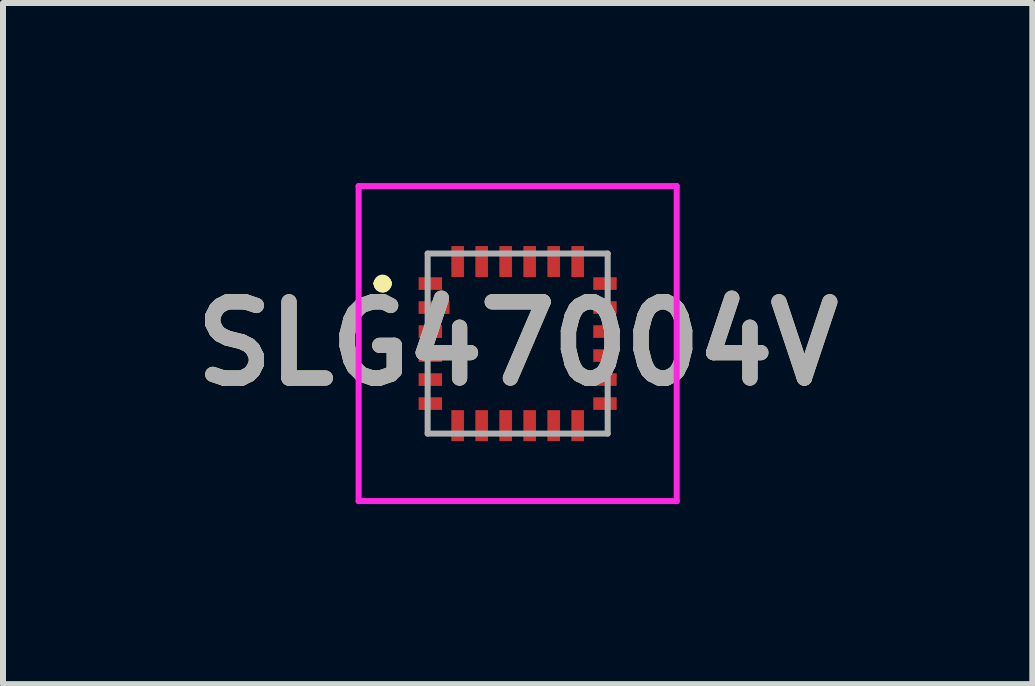
<source format=kicad_pcb>
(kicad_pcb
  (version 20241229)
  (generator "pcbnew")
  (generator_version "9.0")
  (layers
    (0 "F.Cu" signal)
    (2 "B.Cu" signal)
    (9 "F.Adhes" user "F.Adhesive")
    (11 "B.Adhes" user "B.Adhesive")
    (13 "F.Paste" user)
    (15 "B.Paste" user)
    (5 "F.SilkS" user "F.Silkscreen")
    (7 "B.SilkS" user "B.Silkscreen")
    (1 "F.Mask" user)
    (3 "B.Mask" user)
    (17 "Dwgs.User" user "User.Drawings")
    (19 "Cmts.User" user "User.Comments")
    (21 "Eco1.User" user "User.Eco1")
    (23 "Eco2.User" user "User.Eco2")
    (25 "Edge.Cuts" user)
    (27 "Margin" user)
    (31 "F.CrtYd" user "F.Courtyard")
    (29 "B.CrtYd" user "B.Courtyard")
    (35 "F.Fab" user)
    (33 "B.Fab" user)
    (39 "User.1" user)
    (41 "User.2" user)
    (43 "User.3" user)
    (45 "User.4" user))
  (footprint "SLG47004V"
    (layer "F.Cu")
    (at 5.576 2.675)
    (property "Reference" "SLG47004V" (at 0 0 0) (layer "F.SilkS") (effects (font (size 1.27 1.27) (thickness 0.254))))
    (attr smd)
    (fp_line (start -2.3 -1) (end -2.3 -1) (stroke (width 0.2) (type solid)) (layer "F.SilkS"))
    (fp_line (start -2.3 -1) (end -2.3 -1) (stroke (width 0.2) (type solid)) (layer "F.SilkS"))
    (fp_line (start -2.2 -1) (end -2.2 -1) (stroke (width 0.2) (type solid)) (layer "F.SilkS"))
    (fp_arc (start -2.3 -1) (mid -2.25 -1.05) (end -2.2 -1) (stroke (width 0.2) (type solid)) (layer "F.SilkS"))
    (fp_arc (start -2.2 -1) (mid -2.25 -0.95) (end -2.3 -1) (stroke (width 0.2) (type solid)) (layer "F.SilkS"))
    (fp_arc (start -2.2 -1) (mid -2.25 -0.95) (end -2.3 -1) (stroke (width 0.2) (type solid)) (layer "F.SilkS"))
    (fp_line (start -2.65 -2.625) (end 2.65 -2.625) (stroke (width 0.1) (type solid)) (layer "F.CrtYd"))
    (fp_line (start -2.65 2.625) (end -2.65 -2.625) (stroke (width 0.1) (type solid)) (layer "F.CrtYd"))
    (fp_line (start 2.65 -2.625) (end 2.65 2.625) (stroke (width 0.1) (type solid)) (layer "F.CrtYd"))
    (fp_line (start 2.65 2.625) (end -2.65 2.625) (stroke (width 0.1) (type solid)) (layer "F.CrtYd"))
    (fp_line (start -1.5 -1.5) (end -1.5 1.5) (stroke (width 0.1) (type solid)) (layer "F.Fab"))
    (fp_line (start -1.5 1.5) (end 1.5 1.5) (stroke (width 0.1) (type solid)) (layer "F.Fab"))
    (fp_line (start 1.5 -1.5) (end -1.5 -1.5) (stroke (width 0.1) (type solid)) (layer "F.Fab"))
    (fp_line (start 1.5 1.5) (end 1.5 -1.5) (stroke (width 0.1) (type solid)) (layer "F.Fab"))
    (fp_text user "${REFERENCE}" (at 0 0 0) (layer "F.Fab") (effects (font (size 1.27 1.27) (thickness 0.254))))
    (pad "1" smd rect (at -1.455 -1 90) (size 0.21 0.39) (layers "F.Cu" "F.Mask" "F.Paste"))
    (pad "2" smd rect (at -1.393 -0.6 90) (size 0.21 0.515) (layers "F.Cu" "F.Mask" "F.Paste"))
    (pad "3" smd rect (at -1.455 -0.2 90) (size 0.21 0.39) (layers "F.Cu" "F.Mask" "F.Paste"))
    (pad "4" smd rect (at -1.455 0.2 90) (size 0.21 0.39) (layers "F.Cu" "F.Mask" "F.Paste"))
    (pad "5" smd rect (at -1.455 0.6 90) (size 0.21 0.39) (layers "F.Cu" "F.Mask" "F.Paste"))
    (pad "6" smd rect (at -1.455 1 90) (size 0.21 0.39) (layers "F.Cu" "F.Mask" "F.Paste"))
    (pad "7" smd rect (at -1 1.367) (size 0.21 0.515) (layers "F.Cu" "F.Mask" "F.Paste"))
    (pad "8" smd rect (at -0.6 1.367) (size 0.21 0.515) (layers "F.Cu" "F.Mask" "F.Paste"))
    (pad "9" smd rect (at -0.2 1.367) (size 0.21 0.515) (layers "F.Cu" "F.Mask" "F.Paste"))
    (pad "10" smd rect (at 0.2 1.367) (size 0.21 0.515) (layers "F.Cu" "F.Mask" "F.Paste"))
    (pad "11" smd rect (at 0.6 1.367) (size 0.21 0.515) (layers "F.Cu" "F.Mask" "F.Paste"))
    (pad "12" smd rect (at 1 1.367) (size 0.21 0.515) (layers "F.Cu" "F.Mask" "F.Paste"))
    (pad "13" smd rect (at 1.455 1 90) (size 0.21 0.39) (layers "F.Cu" "F.Mask" "F.Paste"))
    (pad "14" smd rect (at 1.455 0.6 90) (size 0.21 0.39) (layers "F.Cu" "F.Mask" "F.Paste"))
    (pad "15" smd rect (at 1.455 0.2 90) (size 0.21 0.39) (layers "F.Cu" "F.Mask" "F.Paste"))
    (pad "16" smd rect (at 1.455 -0.2 90) (size 0.21 0.39) (layers "F.Cu" "F.Mask" "F.Paste"))
    (pad "17" smd rect (at 1.455 -0.6 90) (size 0.21 0.39) (layers "F.Cu" "F.Mask" "F.Paste"))
    (pad "18" smd rect (at 1.455 -1 90) (size 0.21 0.39) (layers "F.Cu" "F.Mask" "F.Paste"))
    (pad "19" smd rect (at 1 -1.367) (size 0.21 0.515) (layers "F.Cu" "F.Mask" "F.Paste"))
    (pad "20" smd rect (at 0.6 -1.367) (size 0.21 0.515) (layers "F.Cu" "F.Mask" "F.Paste"))
    (pad "21" smd rect (at 0.2 -1.367) (size 0.21 0.515) (layers "F.Cu" "F.Mask" "F.Paste"))
    (pad "22" smd rect (at -0.2 -1.367) (size 0.21 0.515) (layers "F.Cu" "F.Mask" "F.Paste"))
    (pad "23" smd rect (at -0.6 -1.367) (size 0.21 0.515) (layers "F.Cu" "F.Mask" "F.Paste"))
    (pad "24" smd rect (at -1 -1.367) (size 0.21 0.515) (layers "F.Cu" "F.Mask" "F.Paste")))
  (gr_rect
    (start -3 -3)
    (end 14.152 8.35)
    (stroke (width 0.1) (type default))
    (fill no)
    (layer "Edge.Cuts")))
</source>
